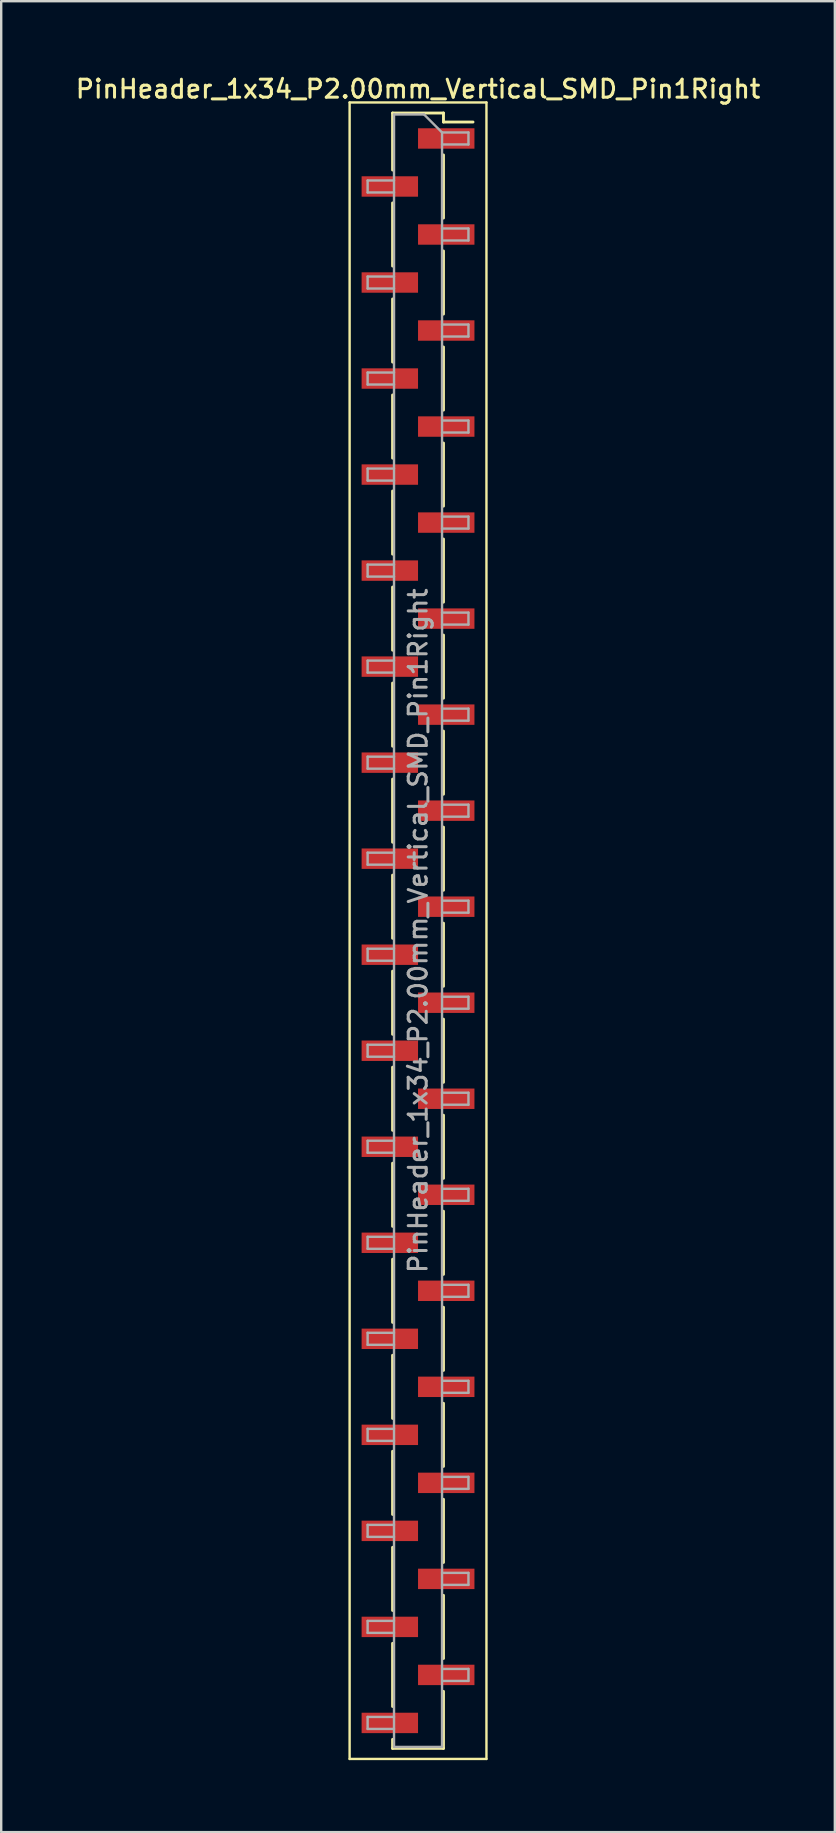
<source format=kicad_pcb>
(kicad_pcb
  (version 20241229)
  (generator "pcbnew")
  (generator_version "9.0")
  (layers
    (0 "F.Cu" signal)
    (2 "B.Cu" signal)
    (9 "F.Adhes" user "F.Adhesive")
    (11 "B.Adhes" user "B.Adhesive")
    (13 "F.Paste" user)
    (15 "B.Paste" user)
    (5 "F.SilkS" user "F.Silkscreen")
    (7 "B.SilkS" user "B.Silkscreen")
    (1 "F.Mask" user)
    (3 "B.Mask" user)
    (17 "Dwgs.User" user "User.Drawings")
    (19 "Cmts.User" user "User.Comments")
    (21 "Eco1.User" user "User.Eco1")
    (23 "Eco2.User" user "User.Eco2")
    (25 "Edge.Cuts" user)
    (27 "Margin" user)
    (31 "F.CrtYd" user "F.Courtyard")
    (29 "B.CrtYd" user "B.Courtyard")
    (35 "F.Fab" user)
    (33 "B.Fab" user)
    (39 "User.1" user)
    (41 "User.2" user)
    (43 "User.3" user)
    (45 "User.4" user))
  (footprint "PinHeader_1x34_P2.00mm_Vertical_SMD_Pin1Right"
    (layer "F.Cu")
    (at 14.363 35.718)
    (property "Reference" "PinHeader_1x34_P2.00mm_Vertical_SMD_Pin1Right" (at 0 -35.06 0) (layer "F.SilkS") (effects (font (size 0.75 0.75) (thickness 0.125))))
    (attr smd)
    (fp_line (start -2.85 -34.5) (end -2.85 34.5) (stroke (width 0.1) (type solid)) (layer "F.SilkS"))
    (fp_line (start -2.85 34.5) (end 2.85 34.5) (stroke (width 0.1) (type solid)) (layer "F.SilkS"))
    (fp_line (start -1.06 -34.06) (end -1.06 -31.685) (stroke (width 0.12) (type solid)) (layer "F.SilkS"))
    (fp_line (start -1.06 -34.06) (end 1.06 -34.06) (stroke (width 0.12) (type solid)) (layer "F.SilkS"))
    (fp_line (start -1.06 -30.315) (end -1.06 -27.685) (stroke (width 0.12) (type solid)) (layer "F.SilkS"))
    (fp_line (start -1.06 -26.315) (end -1.06 -23.685) (stroke (width 0.12) (type solid)) (layer "F.SilkS"))
    (fp_line (start -1.06 -22.315) (end -1.06 -19.685) (stroke (width 0.12) (type solid)) (layer "F.SilkS"))
    (fp_line (start -1.06 -18.315) (end -1.06 -15.685) (stroke (width 0.12) (type solid)) (layer "F.SilkS"))
    (fp_line (start -1.06 -14.315) (end -1.06 -11.685) (stroke (width 0.12) (type solid)) (layer "F.SilkS"))
    (fp_line (start -1.06 -10.315) (end -1.06 -7.685) (stroke (width 0.12) (type solid)) (layer "F.SilkS"))
    (fp_line (start -1.06 -6.315) (end -1.06 -3.685) (stroke (width 0.12) (type solid)) (layer "F.SilkS"))
    (fp_line (start -1.06 -2.315) (end -1.06 0.315) (stroke (width 0.12) (type solid)) (layer "F.SilkS"))
    (fp_line (start -1.06 1.685) (end -1.06 4.315) (stroke (width 0.12) (type solid)) (layer "F.SilkS"))
    (fp_line (start -1.06 5.685) (end -1.06 8.315) (stroke (width 0.12) (type solid)) (layer "F.SilkS"))
    (fp_line (start -1.06 9.685) (end -1.06 12.315) (stroke (width 0.12) (type solid)) (layer "F.SilkS"))
    (fp_line (start -1.06 13.685) (end -1.06 16.315) (stroke (width 0.12) (type solid)) (layer "F.SilkS"))
    (fp_line (start -1.06 17.685) (end -1.06 20.315) (stroke (width 0.12) (type solid)) (layer "F.SilkS"))
    (fp_line (start -1.06 21.685) (end -1.06 24.315) (stroke (width 0.12) (type solid)) (layer "F.SilkS"))
    (fp_line (start -1.06 25.685) (end -1.06 28.315) (stroke (width 0.12) (type solid)) (layer "F.SilkS"))
    (fp_line (start -1.06 29.685) (end -1.06 32.315) (stroke (width 0.12) (type solid)) (layer "F.SilkS"))
    (fp_line (start -1.06 33.685) (end -1.06 34.06) (stroke (width 0.12) (type solid)) (layer "F.SilkS"))
    (fp_line (start -1.06 34.06) (end 1.06 34.06) (stroke (width 0.12) (type solid)) (layer "F.SilkS"))
    (fp_line (start 1.06 -34.06) (end 1.06 -33.685) (stroke (width 0.12) (type solid)) (layer "F.SilkS"))
    (fp_line (start 1.06 -33.685) (end 2.29 -33.685) (stroke (width 0.12) (type solid)) (layer "F.SilkS"))
    (fp_line (start 1.06 -32.315) (end 1.06 -29.685) (stroke (width 0.12) (type solid)) (layer "F.SilkS"))
    (fp_line (start 1.06 -28.315) (end 1.06 -25.685) (stroke (width 0.12) (type solid)) (layer "F.SilkS"))
    (fp_line (start 1.06 -24.315) (end 1.06 -21.685) (stroke (width 0.12) (type solid)) (layer "F.SilkS"))
    (fp_line (start 1.06 -20.315) (end 1.06 -17.685) (stroke (width 0.12) (type solid)) (layer "F.SilkS"))
    (fp_line (start 1.06 -16.315) (end 1.06 -13.685) (stroke (width 0.12) (type solid)) (layer "F.SilkS"))
    (fp_line (start 1.06 -12.315) (end 1.06 -9.685) (stroke (width 0.12) (type solid)) (layer "F.SilkS"))
    (fp_line (start 1.06 -8.315) (end 1.06 -5.685) (stroke (width 0.12) (type solid)) (layer "F.SilkS"))
    (fp_line (start 1.06 -4.315) (end 1.06 -1.685) (stroke (width 0.12) (type solid)) (layer "F.SilkS"))
    (fp_line (start 1.06 -0.315) (end 1.06 2.315) (stroke (width 0.12) (type solid)) (layer "F.SilkS"))
    (fp_line (start 1.06 3.685) (end 1.06 6.315) (stroke (width 0.12) (type solid)) (layer "F.SilkS"))
    (fp_line (start 1.06 7.685) (end 1.06 10.315) (stroke (width 0.12) (type solid)) (layer "F.SilkS"))
    (fp_line (start 1.06 11.685) (end 1.06 14.315) (stroke (width 0.12) (type solid)) (layer "F.SilkS"))
    (fp_line (start 1.06 15.685) (end 1.06 18.315) (stroke (width 0.12) (type solid)) (layer "F.SilkS"))
    (fp_line (start 1.06 19.685) (end 1.06 22.315) (stroke (width 0.12) (type solid)) (layer "F.SilkS"))
    (fp_line (start 1.06 23.685) (end 1.06 26.315) (stroke (width 0.12) (type solid)) (layer "F.SilkS"))
    (fp_line (start 1.06 27.685) (end 1.06 30.315) (stroke (width 0.12) (type solid)) (layer "F.SilkS"))
    (fp_line (start 1.06 31.685) (end 1.06 34.06) (stroke (width 0.12) (type solid)) (layer "F.SilkS"))
    (fp_line (start 2.85 -34.5) (end -2.85 -34.5) (stroke (width 0.1) (type solid)) (layer "F.SilkS"))
    (fp_line (start 2.85 34.5) (end 2.85 -34.5) (stroke (width 0.1) (type solid)) (layer "F.SilkS"))
    (fp_line (start -2.1 -31.25) (end -2.1 -30.75) (stroke (width 0.1) (type solid)) (layer "F.Fab"))
    (fp_line (start -2.1 -30.75) (end -1 -30.75) (stroke (width 0.1) (type solid)) (layer "F.Fab"))
    (fp_line (start -2.1 -27.25) (end -2.1 -26.75) (stroke (width 0.1) (type solid)) (layer "F.Fab"))
    (fp_line (start -2.1 -26.75) (end -1 -26.75) (stroke (width 0.1) (type solid)) (layer "F.Fab"))
    (fp_line (start -2.1 -23.25) (end -2.1 -22.75) (stroke (width 0.1) (type solid)) (layer "F.Fab"))
    (fp_line (start -2.1 -22.75) (end -1 -22.75) (stroke (width 0.1) (type solid)) (layer "F.Fab"))
    (fp_line (start -2.1 -19.25) (end -2.1 -18.75) (stroke (width 0.1) (type solid)) (layer "F.Fab"))
    (fp_line (start -2.1 -18.75) (end -1 -18.75) (stroke (width 0.1) (type solid)) (layer "F.Fab"))
    (fp_line (start -2.1 -15.25) (end -2.1 -14.75) (stroke (width 0.1) (type solid)) (layer "F.Fab"))
    (fp_line (start -2.1 -14.75) (end -1 -14.75) (stroke (width 0.1) (type solid)) (layer "F.Fab"))
    (fp_line (start -2.1 -11.25) (end -2.1 -10.75) (stroke (width 0.1) (type solid)) (layer "F.Fab"))
    (fp_line (start -2.1 -10.75) (end -1 -10.75) (stroke (width 0.1) (type solid)) (layer "F.Fab"))
    (fp_line (start -2.1 -7.25) (end -2.1 -6.75) (stroke (width 0.1) (type solid)) (layer "F.Fab"))
    (fp_line (start -2.1 -6.75) (end -1 -6.75) (stroke (width 0.1) (type solid)) (layer "F.Fab"))
    (fp_line (start -2.1 -3.25) (end -2.1 -2.75) (stroke (width 0.1) (type solid)) (layer "F.Fab"))
    (fp_line (start -2.1 -2.75) (end -1 -2.75) (stroke (width 0.1) (type solid)) (layer "F.Fab"))
    (fp_line (start -2.1 0.75) (end -2.1 1.25) (stroke (width 0.1) (type solid)) (layer "F.Fab"))
    (fp_line (start -2.1 1.25) (end -1 1.25) (stroke (width 0.1) (type solid)) (layer "F.Fab"))
    (fp_line (start -2.1 4.75) (end -2.1 5.25) (stroke (width 0.1) (type solid)) (layer "F.Fab"))
    (fp_line (start -2.1 5.25) (end -1 5.25) (stroke (width 0.1) (type solid)) (layer "F.Fab"))
    (fp_line (start -2.1 8.75) (end -2.1 9.25) (stroke (width 0.1) (type solid)) (layer "F.Fab"))
    (fp_line (start -2.1 9.25) (end -1 9.25) (stroke (width 0.1) (type solid)) (layer "F.Fab"))
    (fp_line (start -2.1 12.75) (end -2.1 13.25) (stroke (width 0.1) (type solid)) (layer "F.Fab"))
    (fp_line (start -2.1 13.25) (end -1 13.25) (stroke (width 0.1) (type solid)) (layer "F.Fab"))
    (fp_line (start -2.1 16.75) (end -2.1 17.25) (stroke (width 0.1) (type solid)) (layer "F.Fab"))
    (fp_line (start -2.1 17.25) (end -1 17.25) (stroke (width 0.1) (type solid)) (layer "F.Fab"))
    (fp_line (start -2.1 20.75) (end -2.1 21.25) (stroke (width 0.1) (type solid)) (layer "F.Fab"))
    (fp_line (start -2.1 21.25) (end -1 21.25) (stroke (width 0.1) (type solid)) (layer "F.Fab"))
    (fp_line (start -2.1 24.75) (end -2.1 25.25) (stroke (width 0.1) (type solid)) (layer "F.Fab"))
    (fp_line (start -2.1 25.25) (end -1 25.25) (stroke (width 0.1) (type solid)) (layer "F.Fab"))
    (fp_line (start -2.1 28.75) (end -2.1 29.25) (stroke (width 0.1) (type solid)) (layer "F.Fab"))
    (fp_line (start -2.1 29.25) (end -1 29.25) (stroke (width 0.1) (type solid)) (layer "F.Fab"))
    (fp_line (start -2.1 32.75) (end -2.1 33.25) (stroke (width 0.1) (type solid)) (layer "F.Fab"))
    (fp_line (start -2.1 33.25) (end -1 33.25) (stroke (width 0.1) (type solid)) (layer "F.Fab"))
    (fp_line (start -1 -34) (end -1 34) (stroke (width 0.1) (type solid)) (layer "F.Fab"))
    (fp_line (start -1 -34) (end 0.25 -34) (stroke (width 0.1) (type solid)) (layer "F.Fab"))
    (fp_line (start -1 -31.25) (end -2.1 -31.25) (stroke (width 0.1) (type solid)) (layer "F.Fab"))
    (fp_line (start -1 -27.25) (end -2.1 -27.25) (stroke (width 0.1) (type solid)) (layer "F.Fab"))
    (fp_line (start -1 -23.25) (end -2.1 -23.25) (stroke (width 0.1) (type solid)) (layer "F.Fab"))
    (fp_line (start -1 -19.25) (end -2.1 -19.25) (stroke (width 0.1) (type solid)) (layer "F.Fab"))
    (fp_line (start -1 -15.25) (end -2.1 -15.25) (stroke (width 0.1) (type solid)) (layer "F.Fab"))
    (fp_line (start -1 -11.25) (end -2.1 -11.25) (stroke (width 0.1) (type solid)) (layer "F.Fab"))
    (fp_line (start -1 -7.25) (end -2.1 -7.25) (stroke (width 0.1) (type solid)) (layer "F.Fab"))
    (fp_line (start -1 -3.25) (end -2.1 -3.25) (stroke (width 0.1) (type solid)) (layer "F.Fab"))
    (fp_line (start -1 0.75) (end -2.1 0.75) (stroke (width 0.1) (type solid)) (layer "F.Fab"))
    (fp_line (start -1 4.75) (end -2.1 4.75) (stroke (width 0.1) (type solid)) (layer "F.Fab"))
    (fp_line (start -1 8.75) (end -2.1 8.75) (stroke (width 0.1) (type solid)) (layer "F.Fab"))
    (fp_line (start -1 12.75) (end -2.1 12.75) (stroke (width 0.1) (type solid)) (layer "F.Fab"))
    (fp_line (start -1 16.75) (end -2.1 16.75) (stroke (width 0.1) (type solid)) (layer "F.Fab"))
    (fp_line (start -1 20.75) (end -2.1 20.75) (stroke (width 0.1) (type solid)) (layer "F.Fab"))
    (fp_line (start -1 24.75) (end -2.1 24.75) (stroke (width 0.1) (type solid)) (layer "F.Fab"))
    (fp_line (start -1 28.75) (end -2.1 28.75) (stroke (width 0.1) (type solid)) (layer "F.Fab"))
    (fp_line (start -1 32.75) (end -2.1 32.75) (stroke (width 0.1) (type solid)) (layer "F.Fab"))
    (fp_line (start 1 -33.25) (end 0.25 -34) (stroke (width 0.1) (type solid)) (layer "F.Fab"))
    (fp_line (start 1 -33.25) (end 2.1 -33.25) (stroke (width 0.1) (type solid)) (layer "F.Fab"))
    (fp_line (start 1 -29.25) (end 2.1 -29.25) (stroke (width 0.1) (type solid)) (layer "F.Fab"))
    (fp_line (start 1 -25.25) (end 2.1 -25.25) (stroke (width 0.1) (type solid)) (layer "F.Fab"))
    (fp_line (start 1 -21.25) (end 2.1 -21.25) (stroke (width 0.1) (type solid)) (layer "F.Fab"))
    (fp_line (start 1 -17.25) (end 2.1 -17.25) (stroke (width 0.1) (type solid)) (layer "F.Fab"))
    (fp_line (start 1 -13.25) (end 2.1 -13.25) (stroke (width 0.1) (type solid)) (layer "F.Fab"))
    (fp_line (start 1 -9.25) (end 2.1 -9.25) (stroke (width 0.1) (type solid)) (layer "F.Fab"))
    (fp_line (start 1 -5.25) (end 2.1 -5.25) (stroke (width 0.1) (type solid)) (layer "F.Fab"))
    (fp_line (start 1 -1.25) (end 2.1 -1.25) (stroke (width 0.1) (type solid)) (layer "F.Fab"))
    (fp_line (start 1 2.75) (end 2.1 2.75) (stroke (width 0.1) (type solid)) (layer "F.Fab"))
    (fp_line (start 1 6.75) (end 2.1 6.75) (stroke (width 0.1) (type solid)) (layer "F.Fab"))
    (fp_line (start 1 10.75) (end 2.1 10.75) (stroke (width 0.1) (type solid)) (layer "F.Fab"))
    (fp_line (start 1 14.75) (end 2.1 14.75) (stroke (width 0.1) (type solid)) (layer "F.Fab"))
    (fp_line (start 1 18.75) (end 2.1 18.75) (stroke (width 0.1) (type solid)) (layer "F.Fab"))
    (fp_line (start 1 22.75) (end 2.1 22.75) (stroke (width 0.1) (type solid)) (layer "F.Fab"))
    (fp_line (start 1 26.75) (end 2.1 26.75) (stroke (width 0.1) (type solid)) (layer "F.Fab"))
    (fp_line (start 1 30.75) (end 2.1 30.75) (stroke (width 0.1) (type solid)) (layer "F.Fab"))
    (fp_line (start 1 34) (end -1 34) (stroke (width 0.1) (type solid)) (layer "F.Fab"))
    (fp_line (start 1 34) (end 1 -33.25) (stroke (width 0.1) (type solid)) (layer "F.Fab"))
    (fp_line (start 2.1 -33.25) (end 2.1 -32.75) (stroke (width 0.1) (type solid)) (layer "F.Fab"))
    (fp_line (start 2.1 -32.75) (end 1 -32.75) (stroke (width 0.1) (type solid)) (layer "F.Fab"))
    (fp_line (start 2.1 -29.25) (end 2.1 -28.75) (stroke (width 0.1) (type solid)) (layer "F.Fab"))
    (fp_line (start 2.1 -28.75) (end 1 -28.75) (stroke (width 0.1) (type solid)) (layer "F.Fab"))
    (fp_line (start 2.1 -25.25) (end 2.1 -24.75) (stroke (width 0.1) (type solid)) (layer "F.Fab"))
    (fp_line (start 2.1 -24.75) (end 1 -24.75) (stroke (width 0.1) (type solid)) (layer "F.Fab"))
    (fp_line (start 2.1 -21.25) (end 2.1 -20.75) (stroke (width 0.1) (type solid)) (layer "F.Fab"))
    (fp_line (start 2.1 -20.75) (end 1 -20.75) (stroke (width 0.1) (type solid)) (layer "F.Fab"))
    (fp_line (start 2.1 -17.25) (end 2.1 -16.75) (stroke (width 0.1) (type solid)) (layer "F.Fab"))
    (fp_line (start 2.1 -16.75) (end 1 -16.75) (stroke (width 0.1) (type solid)) (layer "F.Fab"))
    (fp_line (start 2.1 -13.25) (end 2.1 -12.75) (stroke (width 0.1) (type solid)) (layer "F.Fab"))
    (fp_line (start 2.1 -12.75) (end 1 -12.75) (stroke (width 0.1) (type solid)) (layer "F.Fab"))
    (fp_line (start 2.1 -9.25) (end 2.1 -8.75) (stroke (width 0.1) (type solid)) (layer "F.Fab"))
    (fp_line (start 2.1 -8.75) (end 1 -8.75) (stroke (width 0.1) (type solid)) (layer "F.Fab"))
    (fp_line (start 2.1 -5.25) (end 2.1 -4.75) (stroke (width 0.1) (type solid)) (layer "F.Fab"))
    (fp_line (start 2.1 -4.75) (end 1 -4.75) (stroke (width 0.1) (type solid)) (layer "F.Fab"))
    (fp_line (start 2.1 -1.25) (end 2.1 -0.75) (stroke (width 0.1) (type solid)) (layer "F.Fab"))
    (fp_line (start 2.1 -0.75) (end 1 -0.75) (stroke (width 0.1) (type solid)) (layer "F.Fab"))
    (fp_line (start 2.1 2.75) (end 2.1 3.25) (stroke (width 0.1) (type solid)) (layer "F.Fab"))
    (fp_line (start 2.1 3.25) (end 1 3.25) (stroke (width 0.1) (type solid)) (layer "F.Fab"))
    (fp_line (start 2.1 6.75) (end 2.1 7.25) (stroke (width 0.1) (type solid)) (layer "F.Fab"))
    (fp_line (start 2.1 7.25) (end 1 7.25) (stroke (width 0.1) (type solid)) (layer "F.Fab"))
    (fp_line (start 2.1 10.75) (end 2.1 11.25) (stroke (width 0.1) (type solid)) (layer "F.Fab"))
    (fp_line (start 2.1 11.25) (end 1 11.25) (stroke (width 0.1) (type solid)) (layer "F.Fab"))
    (fp_line (start 2.1 14.75) (end 2.1 15.25) (stroke (width 0.1) (type solid)) (layer "F.Fab"))
    (fp_line (start 2.1 15.25) (end 1 15.25) (stroke (width 0.1) (type solid)) (layer "F.Fab"))
    (fp_line (start 2.1 18.75) (end 2.1 19.25) (stroke (width 0.1) (type solid)) (layer "F.Fab"))
    (fp_line (start 2.1 19.25) (end 1 19.25) (stroke (width 0.1) (type solid)) (layer "F.Fab"))
    (fp_line (start 2.1 22.75) (end 2.1 23.25) (stroke (width 0.1) (type solid)) (layer "F.Fab"))
    (fp_line (start 2.1 23.25) (end 1 23.25) (stroke (width 0.1) (type solid)) (layer "F.Fab"))
    (fp_line (start 2.1 26.75) (end 2.1 27.25) (stroke (width 0.1) (type solid)) (layer "F.Fab"))
    (fp_line (start 2.1 27.25) (end 1 27.25) (stroke (width 0.1) (type solid)) (layer "F.Fab"))
    (fp_line (start 2.1 30.75) (end 2.1 31.25) (stroke (width 0.1) (type solid)) (layer "F.Fab"))
    (fp_line (start 2.1 31.25) (end 1 31.25) (stroke (width 0.1) (type solid)) (layer "F.Fab"))
    (fp_text user "${REFERENCE}" (at 0 0 90) (layer "F.Fab") (effects (font (size 0.75 0.75) (thickness 0.125))))
    (pad "1" smd rect (at 1.175 -33) (size 2.35 0.85) (layers "F.Cu" "F.Mask" "F.Paste"))
    (pad "2" smd rect (at -1.175 -31) (size 2.35 0.85) (layers "F.Cu" "F.Mask" "F.Paste"))
    (pad "3" smd rect (at 1.175 -29) (size 2.35 0.85) (layers "F.Cu" "F.Mask" "F.Paste"))
    (pad "4" smd rect (at -1.175 -27) (size 2.35 0.85) (layers "F.Cu" "F.Mask" "F.Paste"))
    (pad "5" smd rect (at 1.175 -25) (size 2.35 0.85) (layers "F.Cu" "F.Mask" "F.Paste"))
    (pad "6" smd rect (at -1.175 -23) (size 2.35 0.85) (layers "F.Cu" "F.Mask" "F.Paste"))
    (pad "7" smd rect (at 1.175 -21) (size 2.35 0.85) (layers "F.Cu" "F.Mask" "F.Paste"))
    (pad "8" smd rect (at -1.175 -19) (size 2.35 0.85) (layers "F.Cu" "F.Mask" "F.Paste"))
    (pad "9" smd rect (at 1.175 -17) (size 2.35 0.85) (layers "F.Cu" "F.Mask" "F.Paste"))
    (pad "10" smd rect (at -1.175 -15) (size 2.35 0.85) (layers "F.Cu" "F.Mask" "F.Paste"))
    (pad "11" smd rect (at 1.175 -13) (size 2.35 0.85) (layers "F.Cu" "F.Mask" "F.Paste"))
    (pad "12" smd rect (at -1.175 -11) (size 2.35 0.85) (layers "F.Cu" "F.Mask" "F.Paste"))
    (pad "13" smd rect (at 1.175 -9) (size 2.35 0.85) (layers "F.Cu" "F.Mask" "F.Paste"))
    (pad "14" smd rect (at -1.175 -7) (size 2.35 0.85) (layers "F.Cu" "F.Mask" "F.Paste"))
    (pad "15" smd rect (at 1.175 -5) (size 2.35 0.85) (layers "F.Cu" "F.Mask" "F.Paste"))
    (pad "16" smd rect (at -1.175 -3) (size 2.35 0.85) (layers "F.Cu" "F.Mask" "F.Paste"))
    (pad "17" smd rect (at 1.175 -1) (size 2.35 0.85) (layers "F.Cu" "F.Mask" "F.Paste"))
    (pad "18" smd rect (at -1.175 1) (size 2.35 0.85) (layers "F.Cu" "F.Mask" "F.Paste"))
    (pad "19" smd rect (at 1.175 3) (size 2.35 0.85) (layers "F.Cu" "F.Mask" "F.Paste"))
    (pad "20" smd rect (at -1.175 5) (size 2.35 0.85) (layers "F.Cu" "F.Mask" "F.Paste"))
    (pad "21" smd rect (at 1.175 7) (size 2.35 0.85) (layers "F.Cu" "F.Mask" "F.Paste"))
    (pad "22" smd rect (at -1.175 9) (size 2.35 0.85) (layers "F.Cu" "F.Mask" "F.Paste"))
    (pad "23" smd rect (at 1.175 11) (size 2.35 0.85) (layers "F.Cu" "F.Mask" "F.Paste"))
    (pad "24" smd rect (at -1.175 13) (size 2.35 0.85) (layers "F.Cu" "F.Mask" "F.Paste"))
    (pad "25" smd rect (at 1.175 15) (size 2.35 0.85) (layers "F.Cu" "F.Mask" "F.Paste"))
    (pad "26" smd rect (at -1.175 17) (size 2.35 0.85) (layers "F.Cu" "F.Mask" "F.Paste"))
    (pad "27" smd rect (at 1.175 19) (size 2.35 0.85) (layers "F.Cu" "F.Mask" "F.Paste"))
    (pad "28" smd rect (at -1.175 21) (size 2.35 0.85) (layers "F.Cu" "F.Mask" "F.Paste"))
    (pad "29" smd rect (at 1.175 23) (size 2.35 0.85) (layers "F.Cu" "F.Mask" "F.Paste"))
    (pad "30" smd rect (at -1.175 25) (size 2.35 0.85) (layers "F.Cu" "F.Mask" "F.Paste"))
    (pad "31" smd rect (at 1.175 27) (size 2.35 0.85) (layers "F.Cu" "F.Mask" "F.Paste"))
    (pad "32" smd rect (at -1.175 29) (size 2.35 0.85) (layers "F.Cu" "F.Mask" "F.Paste"))
    (pad "33" smd rect (at 1.175 31) (size 2.35 0.85) (layers "F.Cu" "F.Mask" "F.Paste"))
    (pad "34" smd rect (at -1.175 33) (size 2.35 0.85) (layers "F.Cu" "F.Mask" "F.Paste")))
  (gr_rect
    (start -3 -3)
    (end 31.725 73.268)
    (stroke (width 0.1) (type default))
    (fill no)
    (layer "Edge.Cuts")))
</source>
